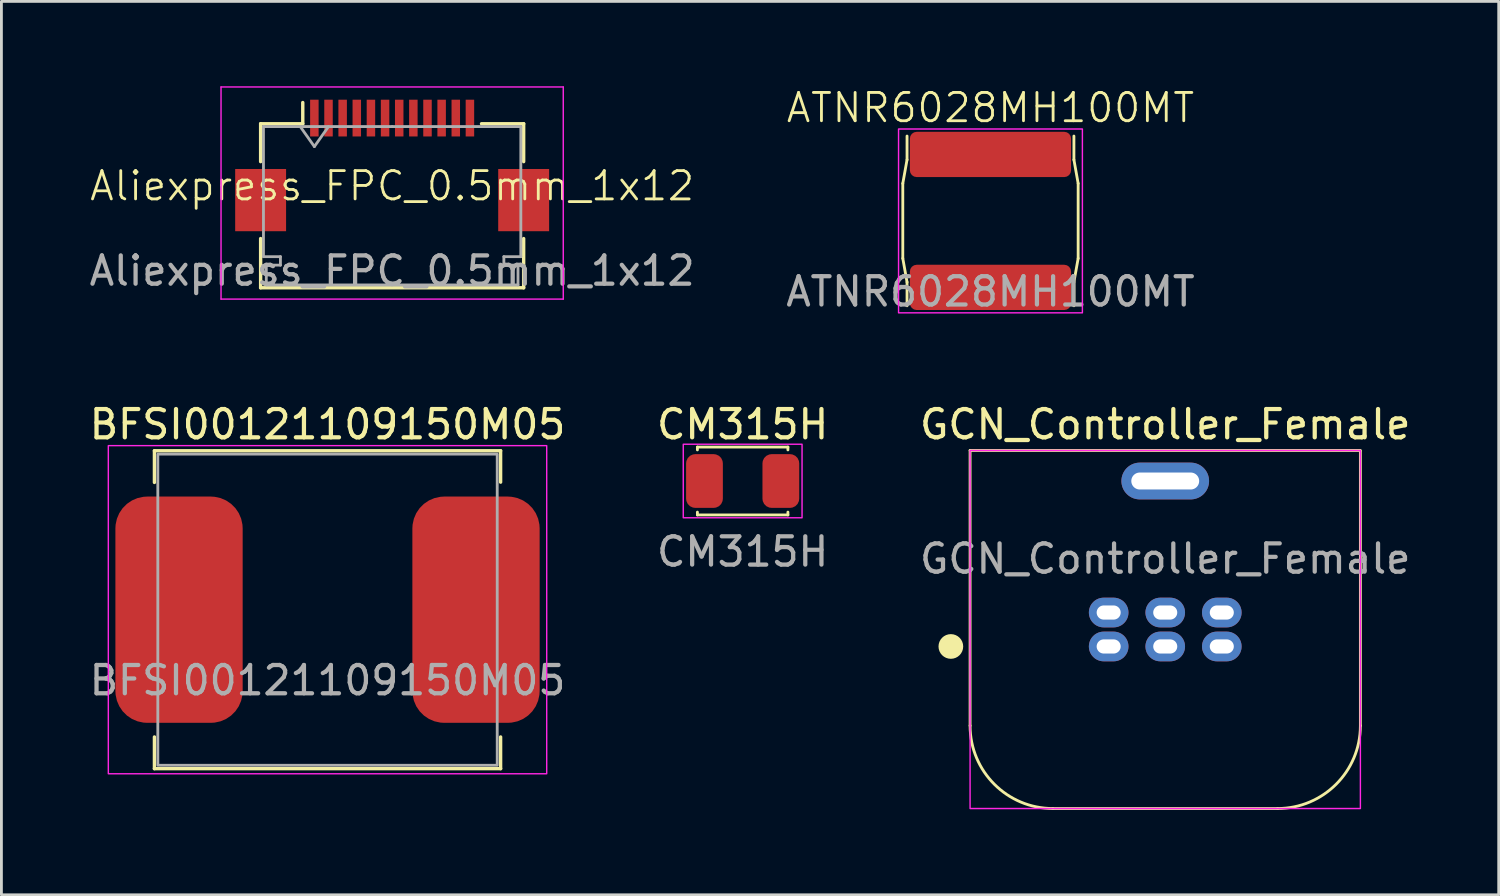
<source format=kicad_pcb>
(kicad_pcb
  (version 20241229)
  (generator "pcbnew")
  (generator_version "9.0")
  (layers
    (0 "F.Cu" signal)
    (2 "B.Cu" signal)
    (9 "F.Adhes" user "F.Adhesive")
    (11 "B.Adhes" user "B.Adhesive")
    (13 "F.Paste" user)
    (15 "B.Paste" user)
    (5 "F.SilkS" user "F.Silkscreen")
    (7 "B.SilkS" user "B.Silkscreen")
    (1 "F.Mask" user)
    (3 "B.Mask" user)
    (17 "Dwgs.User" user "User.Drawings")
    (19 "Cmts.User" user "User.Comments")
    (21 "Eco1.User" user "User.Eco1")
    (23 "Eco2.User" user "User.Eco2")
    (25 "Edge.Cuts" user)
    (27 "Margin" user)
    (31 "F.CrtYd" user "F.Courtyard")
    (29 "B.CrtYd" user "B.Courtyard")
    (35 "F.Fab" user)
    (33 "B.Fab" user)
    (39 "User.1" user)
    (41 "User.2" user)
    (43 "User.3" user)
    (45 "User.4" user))
  (footprint "CM315H"
    (layer "F.Cu")
    (at 23.208 13.957)
    (property "Reference" "CM315H" (at 0 -2 0) (unlocked yes) (layer "F.SilkS") (effects (font (size 1 1) (thickness 0.15))))
    (attr smd)
    (fp_line (start -1.6 -1.2) (end -1.6 -1.1) (stroke (width 0.1) (type default)) (layer "F.SilkS"))
    (fp_line (start -1.6 -1.2) (end 1.6 -1.2) (stroke (width 0.1) (type default)) (layer "F.SilkS"))
    (fp_line (start -1.6 1.2) (end -1.6 1.1) (stroke (width 0.1) (type default)) (layer "F.SilkS"))
    (fp_line (start -1.6 1.2) (end 1.6 1.2) (stroke (width 0.1) (type default)) (layer "F.SilkS"))
    (fp_line (start 1.6 -1.2) (end 1.6 -1.1) (stroke (width 0.1) (type default)) (layer "F.SilkS"))
    (fp_line (start 1.6 1.2) (end 1.6 1.1) (stroke (width 0.1) (type default)) (layer "F.SilkS"))
    (fp_rect (start -2.1 -1.3) (end 2.1 1.3) (stroke (width 0.05) (type default)) (fill no) (layer "F.CrtYd"))
    (fp_text user "${REFERENCE}" (at 0 2.5 0) (unlocked yes) (layer "F.Fab") (effects (font (size 1 1) (thickness 0.15))))
    (pad "1" smd roundrect (at -1.35 0) (size 1.3 1.9) (layers "F.Cu" "F.Mask" "F.Paste") (roundrect_rratio 0.25))
    (pad "2" smd roundrect (at 1.35 0) (size 1.3 1.9) (layers "F.Cu" "F.Mask" "F.Paste") (roundrect_rratio 0.25)))
  (footprint "Aliexpress_FPC_0.5mm_1x12"
    (layer "F.Cu")
    (at 10.815 4.025)
    (property "Reference" "Aliexpress_FPC_0.5mm_1x12" (at 0 -0.5 0) (unlocked yes) (layer "F.SilkS") (effects (font (size 1 1) (thickness 0.1))))
    (attr smd)
    (fp_line (start -4.65 -2.7) (end -4.65 -1.36) (stroke (width 0.12) (type solid)) (layer "F.SilkS"))
    (fp_line (start -4.65 1.36) (end -4.65 3.1) (stroke (width 0.12) (type solid)) (layer "F.SilkS"))
    (fp_line (start -4.65 3.1) (end 4.65 3.1) (stroke (width 0.12) (type solid)) (layer "F.SilkS"))
    (fp_line (start -3.16 -2.7) (end -4.65 -2.7) (stroke (width 0.12) (type solid)) (layer "F.SilkS"))
    (fp_line (start -3.16 -2.7) (end -3.16 -3.45) (stroke (width 0.12) (type solid)) (layer "F.SilkS"))
    (fp_line (start 3.16 -2.7) (end 4.65 -2.7) (stroke (width 0.12) (type solid)) (layer "F.SilkS"))
    (fp_line (start 4.65 -2.7) (end 4.65 -1.36) (stroke (width 0.12) (type solid)) (layer "F.SilkS"))
    (fp_line (start 4.65 3.1) (end 4.65 1.36) (stroke (width 0.12) (type solid)) (layer "F.SilkS"))
    (fp_line (start -6.05 -4) (end -6.05 3.5) (stroke (width 0.05) (type solid)) (layer "F.CrtYd"))
    (fp_line (start -6.05 3.5) (end 6.05 3.5) (stroke (width 0.05) (type solid)) (layer "F.CrtYd"))
    (fp_line (start 6.05 -4) (end -6.05 -4) (stroke (width 0.05) (type solid)) (layer "F.CrtYd"))
    (fp_line (start 6.05 3.5) (end 6.05 -4) (stroke (width 0.05) (type solid)) (layer "F.CrtYd"))
    (fp_line (start -4.55 -2.6) (end -4.55 2) (stroke (width 0.1) (type solid)) (layer "F.Fab"))
    (fp_line (start -4.55 2) (end -3.95 2) (stroke (width 0.1) (type solid)) (layer "F.Fab"))
    (fp_line (start -4.45 2.3) (end -4.45 3) (stroke (width 0.1) (type solid)) (layer "F.Fab"))
    (fp_line (start -4.45 3) (end 0 3) (stroke (width 0.1) (type solid)) (layer "F.Fab"))
    (fp_line (start -3.95 2) (end -3.95 2.3) (stroke (width 0.1) (type solid)) (layer "F.Fab"))
    (fp_line (start -3.95 2.3) (end -4.45 2.3) (stroke (width 0.1) (type solid)) (layer "F.Fab"))
    (fp_line (start -3.25 -2.6) (end -2.75 -1.893) (stroke (width 0.1) (type solid)) (layer "F.Fab"))
    (fp_line (start -2.75 -1.893) (end -2.25 -2.6) (stroke (width 0.1) (type solid)) (layer "F.Fab"))
    (fp_line (start 0 -2.6) (end -4.55 -2.6) (stroke (width 0.1) (type solid)) (layer "F.Fab"))
    (fp_line (start 0 -2.6) (end 4.55 -2.6) (stroke (width 0.1) (type solid)) (layer "F.Fab"))
    (fp_line (start 3.95 2) (end 3.95 2.3) (stroke (width 0.1) (type solid)) (layer "F.Fab"))
    (fp_line (start 3.95 2.3) (end 4.45 2.3) (stroke (width 0.1) (type solid)) (layer "F.Fab"))
    (fp_line (start 4.45 2.3) (end 4.45 3) (stroke (width 0.1) (type solid)) (layer "F.Fab"))
    (fp_line (start 4.45 3) (end 0 3) (stroke (width 0.1) (type solid)) (layer "F.Fab"))
    (fp_line (start 4.55 -2.6) (end 4.55 2) (stroke (width 0.1) (type solid)) (layer "F.Fab"))
    (fp_line (start 4.55 2) (end 3.95 2) (stroke (width 0.1) (type solid)) (layer "F.Fab"))
    (fp_text user "${REFERENCE}" (at 0 2.5 0) (unlocked yes) (layer "F.Fab") (effects (font (size 1 1) (thickness 0.15))))
    (pad "1" smd rect (at -2.75 -2.9) (size 0.3 1.3) (layers "F.Cu" "F.Mask" "F.Paste"))
    (pad "2" smd rect (at -2.25 -2.9) (size 0.3 1.3) (layers "F.Cu" "F.Mask" "F.Paste"))
    (pad "3" smd rect (at -1.75 -2.9) (size 0.3 1.3) (layers "F.Cu" "F.Mask" "F.Paste"))
    (pad "4" smd rect (at -1.25 -2.9) (size 0.3 1.3) (layers "F.Cu" "F.Mask" "F.Paste"))
    (pad "5" smd rect (at -0.75 -2.9) (size 0.3 1.3) (layers "F.Cu" "F.Mask" "F.Paste"))
    (pad "6" smd rect (at -0.25 -2.9) (size 0.3 1.3) (layers "F.Cu" "F.Mask" "F.Paste"))
    (pad "7" smd rect (at 0.25 -2.9) (size 0.3 1.3) (layers "F.Cu" "F.Mask" "F.Paste"))
    (pad "8" smd rect (at 0.75 -2.9) (size 0.3 1.3) (layers "F.Cu" "F.Mask" "F.Paste"))
    (pad "9" smd rect (at 1.25 -2.9) (size 0.3 1.3) (layers "F.Cu" "F.Mask" "F.Paste"))
    (pad "10" smd rect (at 1.75 -2.9) (size 0.3 1.3) (layers "F.Cu" "F.Mask" "F.Paste"))
    (pad "11" smd rect (at 2.25 -2.9) (size 0.3 1.3) (layers "F.Cu" "F.Mask" "F.Paste"))
    (pad "12" smd rect (at 2.75 -2.9) (size 0.3 1.3) (layers "F.Cu" "F.Mask" "F.Paste"))
    (pad "MP" smd rect (at -4.65 0) (size 1.8 2.2) (layers "F.Cu" "F.Mask" "F.Paste"))
    (pad "MP" smd rect (at 4.65 0) (size 1.8 2.2) (layers "F.Cu" "F.Mask" "F.Paste")))
  (footprint "GCN_Controller_Female"
    (layer "F.Cu")
    (at 38.149 19.057)
    (property "Reference" "GCN_Controller_Female" (at 0 -7.1 0) (unlocked yes) (layer "F.SilkS") (effects (font (size 1 1) (thickness 0.15))))
    (attr through_hole)
    (fp_line (start -6.9 -6.18) (end -6.9 3.55) (stroke (width 0.1) (type default)) (layer "F.SilkS"))
    (fp_line (start 3.97 6.48) (end -3.97 6.48) (stroke (width 0.1) (type default)) (layer "F.SilkS"))
    (fp_line (start 6.9 -6.18) (end -6.9 -6.18) (stroke (width 0.1) (type default)) (layer "F.SilkS"))
    (fp_line (start 6.9 -6.15) (end 6.9 3.55) (stroke (width 0.1) (type default)) (layer "F.SilkS"))
    (fp_arc (start -3.97 6.48) (mid -6.041823 5.621823) (end -6.9 3.55) (stroke (width 0.1) (type default)) (layer "F.SilkS"))
    (fp_arc (start 6.9 3.55) (mid 6.041823 5.621823) (end 3.97 6.48) (stroke (width 0.1) (type default)) (layer "F.SilkS"))
    (fp_circle (center -7.58 0.75) (end -7.2 0.82) (stroke (width 0.1) (type default)) (fill yes) (layer "F.SilkS"))
    (fp_rect (start -6.9 6.48) (end 6.9 -6.18) (stroke (width 0.05) (type default)) (fill no) (layer "F.CrtYd"))
    (fp_text user "${REFERENCE}" (at 0 -2.35 0) (unlocked yes) (layer "F.Fab") (effects (font (size 1 1) (thickness 0.15))))
    (pad "1" thru_hole oval (at -2 -0.45) (size 1.4 1.05) (drill oval 0.85 0.5) (layers "*.Cu" "*.Mask"))
    (pad "2" thru_hole oval (at 0 -0.45) (size 1.4 1.05) (drill oval 0.85 0.5) (layers "*.Cu" "*.Mask"))
    (pad "3" thru_hole oval (at 2 -0.45) (size 1.4 1.05) (drill oval 0.85 0.5) (layers "*.Cu" "*.Mask"))
    (pad "4" thru_hole oval (at -2 0.75) (size 1.4 1.05) (drill oval 0.85 0.5) (layers "*.Cu" "*.Mask"))
    (pad "5" thru_hole oval (at 0 0.75) (size 1.4 1.05) (drill oval 0.85 0.5) (layers "*.Cu" "*.Mask"))
    (pad "6" thru_hole oval (at 2 0.75) (size 1.4 1.05) (drill oval 0.85 0.5) (layers "*.Cu" "*.Mask"))
    (pad "7" thru_hole oval (at 0 -5.1) (size 3.1 1.3) (drill oval 2.4 0.6) (layers "*.Cu" "*.Mask")))
  (footprint "BFSI00121109150M05"
    (layer "F.Cu")
    (at 8.53 18.507)
    (property "Reference" "BFSI00121109150M05" (at 0 -6.55 0) (unlocked yes) (layer "F.SilkS") (effects (font (size 1 1) (thickness 0.15))))
    (attr smd)
    (fp_line (start -6.12 -5.62) (end -6.12 -4.5) (stroke (width 0.12) (type default)) (layer "F.SilkS"))
    (fp_line (start -6.12 -5.62) (end 6.12 -5.62) (stroke (width 0.12) (type default)) (layer "F.SilkS"))
    (fp_line (start -6.12 5.62) (end -6.12 4.5) (stroke (width 0.12) (type default)) (layer "F.SilkS"))
    (fp_line (start -6.12 5.62) (end 6.12 5.62) (stroke (width 0.12) (type default)) (layer "F.SilkS"))
    (fp_line (start 6.12 -5.62) (end 6.12 -4.51) (stroke (width 0.12) (type default)) (layer "F.SilkS"))
    (fp_line (start 6.12 5.62) (end 6.12 4.5) (stroke (width 0.12) (type default)) (layer "F.SilkS"))
    (fp_rect (start -7.75 -5.8) (end 7.75 5.8) (stroke (width 0.05) (type default)) (fill no) (layer "F.CrtYd"))
    (fp_rect (start -6 -5.5) (end 6 5.5) (stroke (width 0.1) (type default)) (fill no) (layer "F.Fab"))
    (fp_text user "${REFERENCE}" (at 0 2.5 0) (unlocked yes) (layer "F.Fab") (effects (font (size 1 1) (thickness 0.15))))
    (pad "1" smd roundrect (at -5.25 0) (size 4.5 8) (layers "F.Cu" "F.Mask" "F.Paste") (roundrect_rratio 0.25))
    (pad "2" smd roundrect (at 5.25 0) (size 4.5 8) (layers "F.Cu" "F.Mask" "F.Paste") (roundrect_rratio 0.25)))
  (footprint "ATNR6028MH100MT"
    (layer "F.Cu")
    (at 31.97 4.761)
    (property "Reference" "ATNR6028MH100MT" (at 0 -4 0) (unlocked yes) (layer "F.SilkS") (effects (font (size 1 1) (thickness 0.1))))
    (attr smd)
    (fp_line (start -3.1 -1.325) (end -3.1 1.325) (stroke (width 0.1) (type default)) (layer "F.SilkS"))
    (fp_line (start -3.1 -1.325) (end -2.95 -2.163) (stroke (width 0.1) (type default)) (layer "F.SilkS"))
    (fp_line (start -3.1 1.325) (end -2.95 2.163) (stroke (width 0.1) (type default)) (layer "F.SilkS"))
    (fp_line (start -2.95 -3) (end -2.95 -2.163) (stroke (width 0.1) (type default)) (layer "F.SilkS"))
    (fp_line (start -2.95 2.163) (end -2.95 3) (stroke (width 0.1) (type default)) (layer "F.SilkS"))
    (fp_line (start 2.95 -3) (end 2.95 -2.163) (stroke (width 0.1) (type default)) (layer "F.SilkS"))
    (fp_line (start 2.95 -2.163) (end 3.1 -1.325) (stroke (width 0.1) (type default)) (layer "F.SilkS"))
    (fp_line (start 2.95 3) (end 2.95 2.163) (stroke (width 0.1) (type default)) (layer "F.SilkS"))
    (fp_line (start 3.1 -1.325) (end 3.1 1.325) (stroke (width 0.1) (type default)) (layer "F.SilkS"))
    (fp_line (start 3.1 1.325) (end 2.95 2.163) (stroke (width 0.1) (type default)) (layer "F.SilkS"))
    (fp_rect (start -3.25 -3.25) (end 3.25 3.25) (stroke (width 0.05) (type solid)) (fill no) (layer "F.CrtYd"))
    (fp_text user "${REFERENCE}" (at 0 2.5 0) (unlocked yes) (layer "F.Fab") (effects (font (size 1 1) (thickness 0.15))))
    (pad "1" smd roundrect (at 0 -2.35) (size 5.7 1.6) (layers "F.Cu" "F.Mask" "F.Paste") (roundrect_rratio 0.15))
    (pad "2" smd roundrect (at 0 2.35) (size 5.7 1.6) (layers "F.Cu" "F.Mask" "F.Paste") (roundrect_rratio 0.15)))
  (gr_rect
    (start -3 -3)
    (end 49.94 28.587)
    (stroke (width 0.1) (type default))
    (fill no)
    (layer "Edge.Cuts")))
</source>
